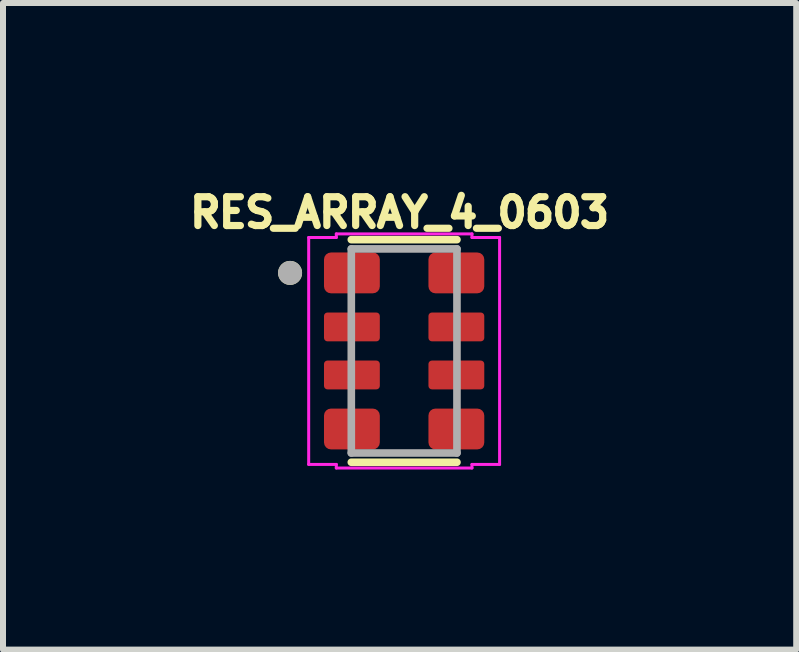
<source format=kicad_pcb>
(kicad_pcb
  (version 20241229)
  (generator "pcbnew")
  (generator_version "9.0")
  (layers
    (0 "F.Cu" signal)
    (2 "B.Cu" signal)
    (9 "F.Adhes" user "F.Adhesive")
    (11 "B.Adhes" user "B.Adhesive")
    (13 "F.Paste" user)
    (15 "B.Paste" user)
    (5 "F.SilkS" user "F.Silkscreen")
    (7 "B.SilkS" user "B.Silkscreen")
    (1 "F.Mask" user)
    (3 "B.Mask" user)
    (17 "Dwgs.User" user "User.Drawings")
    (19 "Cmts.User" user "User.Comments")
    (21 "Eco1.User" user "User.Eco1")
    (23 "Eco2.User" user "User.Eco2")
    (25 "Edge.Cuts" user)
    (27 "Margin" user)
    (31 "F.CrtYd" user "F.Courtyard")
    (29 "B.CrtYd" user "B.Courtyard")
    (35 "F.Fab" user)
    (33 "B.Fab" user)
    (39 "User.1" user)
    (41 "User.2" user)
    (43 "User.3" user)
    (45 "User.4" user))
  (footprint "RES_ARRAY_4_0603"
    (layer "F.Cu")
    (at 3.682 2.796)
    (property "Reference" "RES_ARRAY_4_0603" (at -0.076 -2.305 0) (layer "F.SilkS") (effects (font (size 0.48 0.48) (thickness 0.15))))
    (attr smd)
    (fp_line (start -0.88 -1.854) (end 0.88 -1.854) (stroke (width 0.127) (type solid)) (layer "F.SilkS"))
    (fp_line (start -0.88 1.854) (end 0.88 1.854) (stroke (width 0.127) (type solid)) (layer "F.SilkS"))
    (fp_circle (center -1.9 -1.3) (end -1.8 -1.3) (stroke (width 0.2) (type solid)) (fill no) (layer "F.SilkS"))
    (fp_line (start -1.59 -1.89) (end -1.13 -1.89) (stroke (width 0.05) (type solid)) (layer "F.CrtYd"))
    (fp_line (start -1.59 1.89) (end -1.59 -1.89) (stroke (width 0.05) (type solid)) (layer "F.CrtYd"))
    (fp_line (start -1.13 -1.95) (end 1.13 -1.95) (stroke (width 0.05) (type solid)) (layer "F.CrtYd"))
    (fp_line (start -1.13 -1.89) (end -1.13 -1.95) (stroke (width 0.05) (type solid)) (layer "F.CrtYd"))
    (fp_line (start -1.13 1.89) (end -1.59 1.89) (stroke (width 0.05) (type solid)) (layer "F.CrtYd"))
    (fp_line (start -1.13 1.95) (end -1.13 1.89) (stroke (width 0.05) (type solid)) (layer "F.CrtYd"))
    (fp_line (start 1.13 -1.95) (end 1.13 -1.89) (stroke (width 0.05) (type solid)) (layer "F.CrtYd"))
    (fp_line (start 1.13 -1.89) (end 1.59 -1.89) (stroke (width 0.05) (type solid)) (layer "F.CrtYd"))
    (fp_line (start 1.13 1.89) (end 1.13 1.95) (stroke (width 0.05) (type solid)) (layer "F.CrtYd"))
    (fp_line (start 1.13 1.95) (end -1.13 1.95) (stroke (width 0.05) (type solid)) (layer "F.CrtYd"))
    (fp_line (start 1.59 -1.89) (end 1.59 1.89) (stroke (width 0.05) (type solid)) (layer "F.CrtYd"))
    (fp_line (start 1.59 1.89) (end 1.13 1.89) (stroke (width 0.05) (type solid)) (layer "F.CrtYd"))
    (fp_line (start -0.88 -1.7) (end 0.88 -1.7) (stroke (width 0.127) (type solid)) (layer "F.Fab"))
    (fp_line (start -0.88 1.7) (end -0.88 -1.7) (stroke (width 0.127) (type solid)) (layer "F.Fab"))
    (fp_line (start 0.88 -1.7) (end 0.88 1.7) (stroke (width 0.127) (type solid)) (layer "F.Fab"))
    (fp_line (start 0.88 1.7) (end -0.88 1.7) (stroke (width 0.127) (type solid)) (layer "F.Fab"))
    (fp_circle (center -1.9 -1.3) (end -1.8 -1.3) (stroke (width 0.2) (type solid)) (fill no) (layer "F.Fab"))
    (pad "1" smd roundrect (at -0.87 -1.3) (size 0.93 0.68) (layers "F.Cu" "F.Mask" "F.Paste") (roundrect_rratio 0.17))
    (pad "2" smd roundrect (at -0.87 -0.4) (size 0.93 0.48) (layers "F.Cu" "F.Mask" "F.Paste") (roundrect_rratio 0.12))
    (pad "3" smd roundrect (at -0.87 0.4) (size 0.93 0.48) (layers "F.Cu" "F.Mask" "F.Paste") (roundrect_rratio 0.12))
    (pad "4" smd roundrect (at -0.87 1.3) (size 0.93 0.68) (layers "F.Cu" "F.Mask" "F.Paste") (roundrect_rratio 0.17))
    (pad "5" smd roundrect (at 0.87 1.3 180) (size 0.93 0.68) (layers "F.Cu" "F.Mask" "F.Paste") (roundrect_rratio 0.17))
    (pad "6" smd roundrect (at 0.87 0.4 180) (size 0.93 0.48) (layers "F.Cu" "F.Mask" "F.Paste") (roundrect_rratio 0.12))
    (pad "7" smd roundrect (at 0.87 -0.4 180) (size 0.93 0.48) (layers "F.Cu" "F.Mask" "F.Paste") (roundrect_rratio 0.12))
    (pad "8" smd roundrect (at 0.87 -1.3 180) (size 0.93 0.68) (layers "F.Cu" "F.Mask" "F.Paste") (roundrect_rratio 0.17)))
  (gr_rect
    (start -3 -3)
    (end 10.213 7.771)
    (stroke (width 0.1) (type default))
    (fill no)
    (layer "Edge.Cuts")))
</source>
